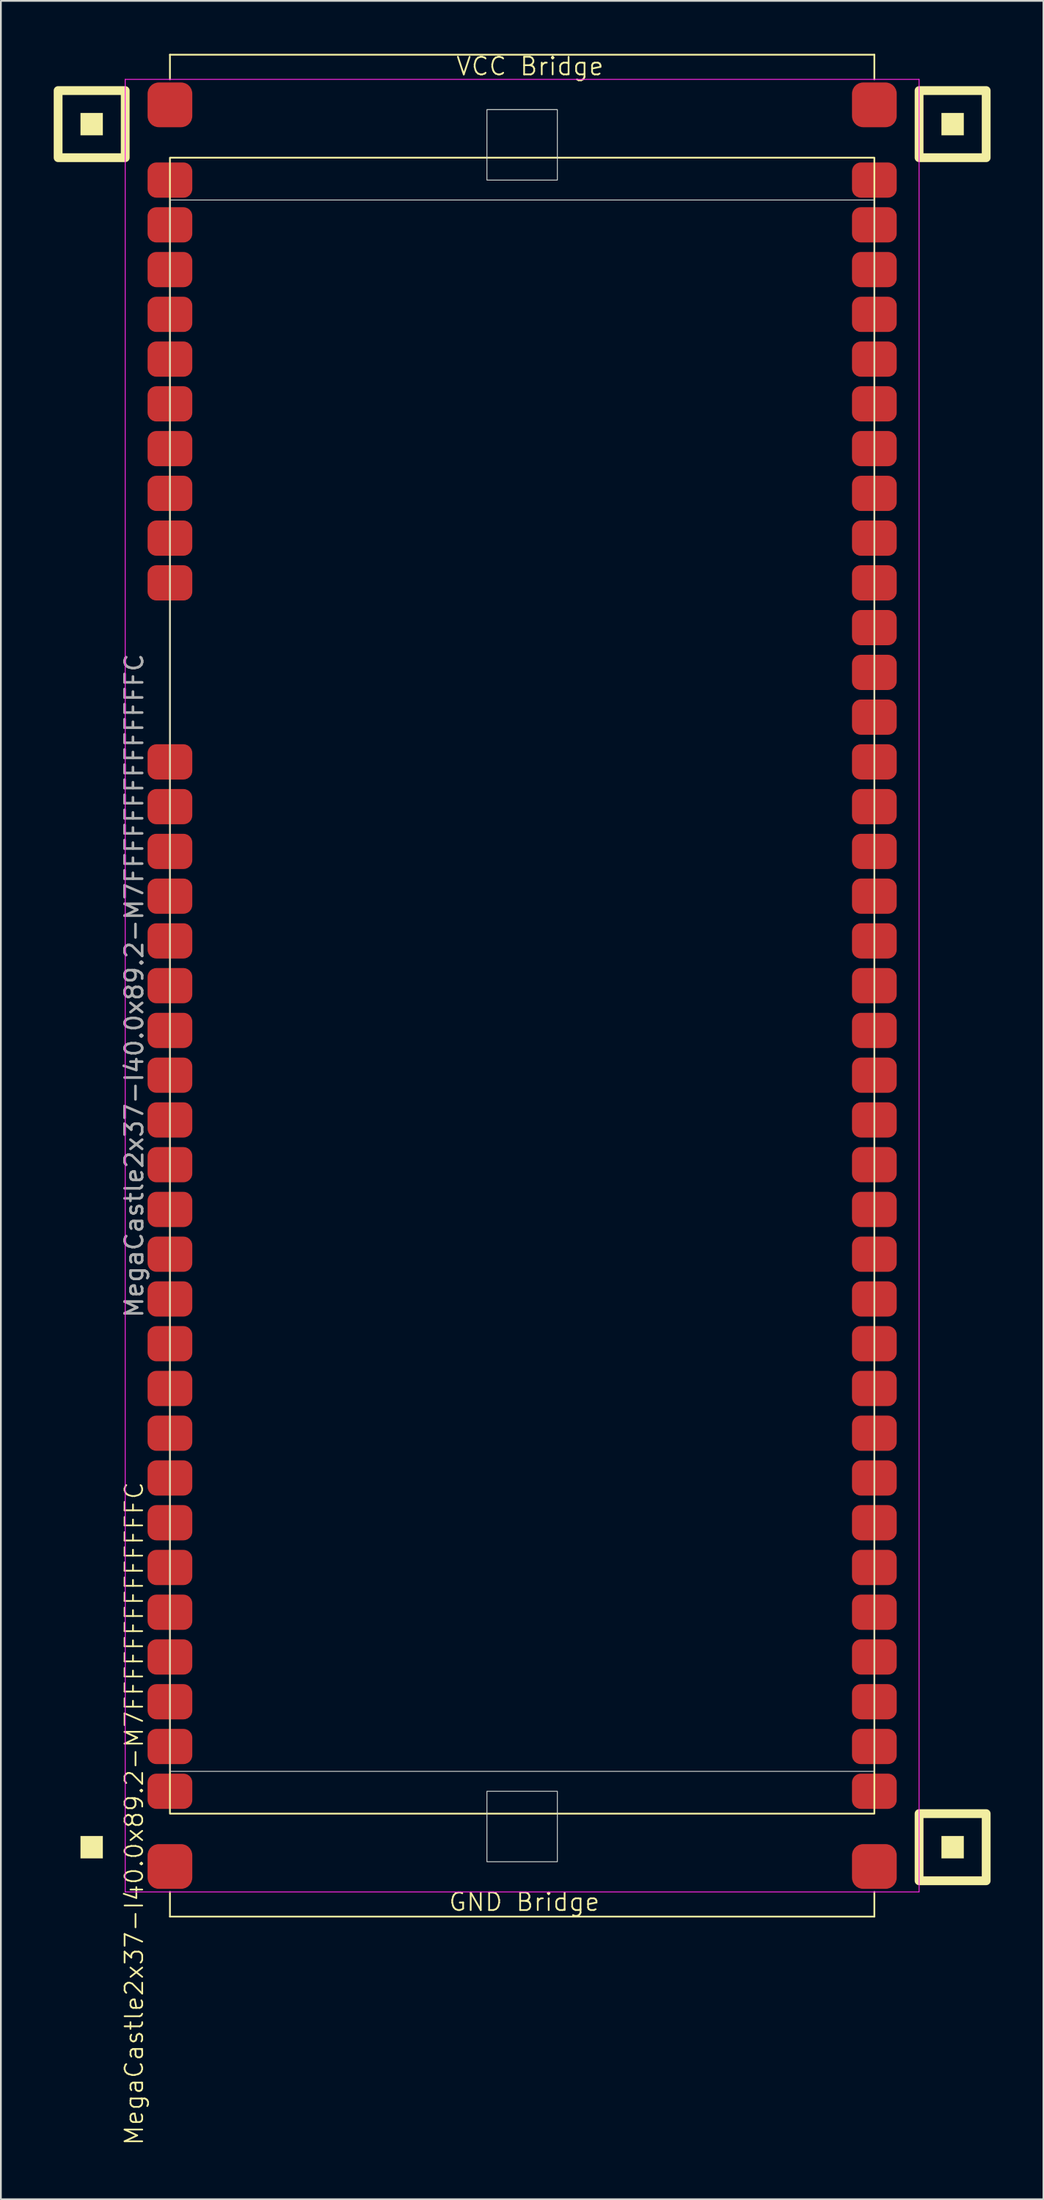
<source format=kicad_pcb>
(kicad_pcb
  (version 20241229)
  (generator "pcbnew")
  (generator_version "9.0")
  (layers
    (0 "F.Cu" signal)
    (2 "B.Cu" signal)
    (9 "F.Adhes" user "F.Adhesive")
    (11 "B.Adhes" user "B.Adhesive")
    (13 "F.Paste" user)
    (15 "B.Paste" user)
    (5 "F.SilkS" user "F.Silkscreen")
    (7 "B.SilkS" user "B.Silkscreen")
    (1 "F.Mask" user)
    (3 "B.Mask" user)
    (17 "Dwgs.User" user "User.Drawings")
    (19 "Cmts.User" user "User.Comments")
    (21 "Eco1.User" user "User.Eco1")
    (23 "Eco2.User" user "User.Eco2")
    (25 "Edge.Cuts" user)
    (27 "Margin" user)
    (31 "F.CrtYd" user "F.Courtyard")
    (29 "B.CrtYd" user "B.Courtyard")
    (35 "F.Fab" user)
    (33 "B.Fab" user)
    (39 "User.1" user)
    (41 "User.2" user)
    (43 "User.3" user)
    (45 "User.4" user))
  (footprint "MegaCastle2x37-I40.0x89.2-M7FFFFFFFFFFFFFFC"
    (layer "F.Cu")
    (at 26.6 52.89)
    (property "Reference" "MegaCastle2x37-I40.0x89.2-M7FFFFFFFFFFFFFFC" (at -22.032 46.99 90) (unlocked yes) (layer "F.SilkS") (effects (font (size 1 1) (thickness 0.1))))
    (attr smd)
    (fp_line (start -20 -52.835) (end 20 -52.835) (stroke (width 0.1) (type default)) (layer "F.SilkS"))
    (fp_line (start -20 -51.435) (end -20 -52.835) (stroke (width 0.1) (type default)) (layer "F.SilkS"))
    (fp_line (start -20 51.435) (end -20 52.835) (stroke (width 0.1) (type default)) (layer "F.SilkS"))
    (fp_line (start -20 52.835) (end 20 52.835) (stroke (width 0.1) (type default)) (layer "F.SilkS"))
    (fp_line (start 20 -51.435) (end 20 -52.835) (stroke (width 0.1) (type default)) (layer "F.SilkS"))
    (fp_line (start 20 51.435) (end 20 52.835) (stroke (width 0.1) (type default)) (layer "F.SilkS"))
    (fp_rect (start -23.81 -48.26) (end -25.08 -49.53) (stroke (width 0) (type solid)) (fill yes) (layer "F.SilkS"))
    (fp_rect (start -23.81 49.53) (end -25.08 48.26) (stroke (width 0) (type solid)) (fill yes) (layer "F.SilkS"))
    (fp_rect (start -22.54 -46.99) (end -26.35 -50.8) (stroke (width 0.5) (type default)) (fill no) (layer "F.SilkS"))
    (fp_rect (start -20 -46.99) (end 20 46.99) (stroke (width 0.1) (type default)) (fill no) (layer "F.SilkS"))
    (fp_rect (start 25.08 -48.26) (end 23.81 -49.53) (stroke (width 0) (type solid)) (fill yes) (layer "F.SilkS"))
    (fp_rect (start 25.08 49.53) (end 23.81 48.26) (stroke (width 0) (type solid)) (fill yes) (layer "F.SilkS"))
    (fp_rect (start 26.35 -46.99) (end 22.54 -50.8) (stroke (width 0.5) (type default)) (fill no) (layer "F.SilkS"))
    (fp_rect (start 26.35 50.8) (end 22.54 46.99) (stroke (width 0.5) (type default)) (fill no) (layer "F.SilkS"))
    (fp_rect (start -20 -44.59) (end 20 44.59) (stroke (width 0.05) (type default)) (fill no) (layer "Edge.Cuts"))
    (fp_rect (start -2 -45.72) (end 2 -49.72) (stroke (width 0.05) (type default)) (fill no) (layer "Edge.Cuts"))
    (fp_rect (start -2 45.72) (end 2 49.72) (stroke (width 0.05) (type default)) (fill no) (layer "Edge.Cuts"))
    (fp_line (start -22.54 -51.435) (end -22.54 51.435) (stroke (width 0.05) (type default)) (layer "F.CrtYd"))
    (fp_line (start -22.54 51.435) (end 22.54 51.435) (stroke (width 0.05) (type default)) (layer "F.CrtYd"))
    (fp_line (start 22.54 -51.435) (end -22.54 -51.435) (stroke (width 0.05) (type default)) (layer "F.CrtYd"))
    (fp_line (start 22.54 -51.435) (end 22.54 51.435) (stroke (width 0.05) (type default)) (layer "F.CrtYd"))
    (fp_text user "VCC Bridge" (at -3.81 -51.59 0) (unlocked yes) (layer "F.SilkS") (effects (font (size 1 1) (thickness 0.1)) (justify left bottom)))
    (fp_text user "GND Bridge" (at -4.226 52.59 0) (unlocked yes) (layer "F.SilkS") (effects (font (size 1 1) (thickness 0.1)) (justify left bottom)))
    (fp_text user "${REFERENCE}" (at -22.032 0 90) (unlocked yes) (layer "F.Fab") (effects (font (size 1 1) (thickness 0.15))))
    (pad "1" smd roundrect (at -20 -45.72) (size 2.54 2) (layers "F.Cu" "F.Mask" "F.Paste") (roundrect_rratio 0.25))
    (pad "2" smd roundrect (at -20 -43.18) (size 2.54 2) (layers "F.Cu" "F.Mask" "F.Paste") (roundrect_rratio 0.25))
    (pad "3" smd roundrect (at -20 -40.64) (size 2.54 2) (layers "F.Cu" "F.Mask" "F.Paste") (roundrect_rratio 0.25))
    (pad "4" smd roundrect (at -20 -38.1) (size 2.54 2) (layers "F.Cu" "F.Mask" "F.Paste") (roundrect_rratio 0.25))
    (pad "5" smd roundrect (at -20 -35.56) (size 2.54 2) (layers "F.Cu" "F.Mask" "F.Paste") (roundrect_rratio 0.25))
    (pad "6" smd roundrect (at -20 -33.02) (size 2.54 2) (layers "F.Cu" "F.Mask" "F.Paste") (roundrect_rratio 0.25))
    (pad "7" smd roundrect (at -20 -30.48) (size 2.54 2) (layers "F.Cu" "F.Mask" "F.Paste") (roundrect_rratio 0.25))
    (pad "8" smd roundrect (at -20 -27.94) (size 2.54 2) (layers "F.Cu" "F.Mask" "F.Paste") (roundrect_rratio 0.25))
    (pad "9" smd roundrect (at -20 -25.4) (size 2.54 2) (layers "F.Cu" "F.Mask" "F.Paste") (roundrect_rratio 0.25))
    (pad "10" smd roundrect (at -20 -22.86) (size 2.54 2) (layers "F.Cu" "F.Mask" "F.Paste") (roundrect_rratio 0.25))
    (pad "14" smd roundrect (at -20 -12.7) (size 2.54 2) (layers "F.Cu" "F.Mask" "F.Paste") (roundrect_rratio 0.25))
    (pad "15" smd roundrect (at -20 -10.16) (size 2.54 2) (layers "F.Cu" "F.Mask" "F.Paste") (roundrect_rratio 0.25))
    (pad "16" smd roundrect (at -20 -7.62) (size 2.54 2) (layers "F.Cu" "F.Mask" "F.Paste") (roundrect_rratio 0.25))
    (pad "17" smd roundrect (at -20 -5.08) (size 2.54 2) (layers "F.Cu" "F.Mask" "F.Paste") (roundrect_rratio 0.25))
    (pad "18" smd roundrect (at -20 -2.54) (size 2.54 2) (layers "F.Cu" "F.Mask" "F.Paste") (roundrect_rratio 0.25))
    (pad "19" smd roundrect (at -20 0) (size 2.54 2) (layers "F.Cu" "F.Mask" "F.Paste") (roundrect_rratio 0.25))
    (pad "20" smd roundrect (at -20 2.54) (size 2.54 2) (layers "F.Cu" "F.Mask" "F.Paste") (roundrect_rratio 0.25))
    (pad "21" smd roundrect (at -20 5.08) (size 2.54 2) (layers "F.Cu" "F.Mask" "F.Paste") (roundrect_rratio 0.25))
    (pad "22" smd roundrect (at -20 7.62) (size 2.54 2) (layers "F.Cu" "F.Mask" "F.Paste") (roundrect_rratio 0.25))
    (pad "23" smd roundrect (at -20 10.16) (size 2.54 2) (layers "F.Cu" "F.Mask" "F.Paste") (roundrect_rratio 0.25))
    (pad "24" smd roundrect (at -20 12.7) (size 2.54 2) (layers "F.Cu" "F.Mask" "F.Paste") (roundrect_rratio 0.25))
    (pad "25" smd roundrect (at -20 15.24) (size 2.54 2) (layers "F.Cu" "F.Mask" "F.Paste") (roundrect_rratio 0.25))
    (pad "26" smd roundrect (at -20 17.78) (size 2.54 2) (layers "F.Cu" "F.Mask" "F.Paste") (roundrect_rratio 0.25))
    (pad "27" smd roundrect (at -20 20.32) (size 2.54 2) (layers "F.Cu" "F.Mask" "F.Paste") (roundrect_rratio 0.25))
    (pad "28" smd roundrect (at -20 22.86) (size 2.54 2) (layers "F.Cu" "F.Mask" "F.Paste") (roundrect_rratio 0.25))
    (pad "29" smd roundrect (at -20 25.4) (size 2.54 2) (layers "F.Cu" "F.Mask" "F.Paste") (roundrect_rratio 0.25))
    (pad "30" smd roundrect (at -20 27.94) (size 2.54 2) (layers "F.Cu" "F.Mask" "F.Paste") (roundrect_rratio 0.25))
    (pad "31" smd roundrect (at -20 30.48) (size 2.54 2) (layers "F.Cu" "F.Mask" "F.Paste") (roundrect_rratio 0.25))
    (pad "32" smd roundrect (at -20 33.02) (size 2.54 2) (layers "F.Cu" "F.Mask" "F.Paste") (roundrect_rratio 0.25))
    (pad "33" smd roundrect (at -20 35.56) (size 2.54 2) (layers "F.Cu" "F.Mask" "F.Paste") (roundrect_rratio 0.25))
    (pad "34" smd roundrect (at -20 38.1) (size 2.54 2) (layers "F.Cu" "F.Mask" "F.Paste") (roundrect_rratio 0.25))
    (pad "35" smd roundrect (at -20 40.64) (size 2.54 2) (layers "F.Cu" "F.Mask" "F.Paste") (roundrect_rratio 0.25))
    (pad "36" smd roundrect (at -20 43.18) (size 2.54 2) (layers "F.Cu" "F.Mask" "F.Paste") (roundrect_rratio 0.25))
    (pad "37" smd roundrect (at -20 45.72) (size 2.54 2) (layers "F.Cu" "F.Mask" "F.Paste") (roundrect_rratio 0.25))
    (pad "38" smd roundrect (at 20 -45.72) (size 2.54 2) (layers "F.Cu" "F.Mask" "F.Paste") (roundrect_rratio 0.25))
    (pad "39" smd roundrect (at 20 -43.18) (size 2.54 2) (layers "F.Cu" "F.Mask" "F.Paste") (roundrect_rratio 0.25))
    (pad "40" smd roundrect (at 20 -40.64) (size 2.54 2) (layers "F.Cu" "F.Mask" "F.Paste") (roundrect_rratio 0.25))
    (pad "41" smd roundrect (at 20 -38.1) (size 2.54 2) (layers "F.Cu" "F.Mask" "F.Paste") (roundrect_rratio 0.25))
    (pad "42" smd roundrect (at 20 -35.56) (size 2.54 2) (layers "F.Cu" "F.Mask" "F.Paste") (roundrect_rratio 0.25))
    (pad "43" smd roundrect (at 20 -33.02) (size 2.54 2) (layers "F.Cu" "F.Mask" "F.Paste") (roundrect_rratio 0.25))
    (pad "44" smd roundrect (at 20 -30.48) (size 2.54 2) (layers "F.Cu" "F.Mask" "F.Paste") (roundrect_rratio 0.25))
    (pad "45" smd roundrect (at 20 -27.94) (size 2.54 2) (layers "F.Cu" "F.Mask" "F.Paste") (roundrect_rratio 0.25))
    (pad "46" smd roundrect (at 20 -25.4) (size 2.54 2) (layers "F.Cu" "F.Mask" "F.Paste") (roundrect_rratio 0.25))
    (pad "47" smd roundrect (at 20 -22.86) (size 2.54 2) (layers "F.Cu" "F.Mask" "F.Paste") (roundrect_rratio 0.25))
    (pad "48" smd roundrect (at 20 -20.32) (size 2.54 2) (layers "F.Cu" "F.Mask" "F.Paste") (roundrect_rratio 0.25))
    (pad "49" smd roundrect (at 20 -17.78) (size 2.54 2) (layers "F.Cu" "F.Mask" "F.Paste") (roundrect_rratio 0.25))
    (pad "50" smd roundrect (at 20 -15.24) (size 2.54 2) (layers "F.Cu" "F.Mask" "F.Paste") (roundrect_rratio 0.25))
    (pad "51" smd roundrect (at 20 -12.7) (size 2.54 2) (layers "F.Cu" "F.Mask" "F.Paste") (roundrect_rratio 0.25))
    (pad "52" smd roundrect (at 20 -10.16) (size 2.54 2) (layers "F.Cu" "F.Mask" "F.Paste") (roundrect_rratio 0.25))
    (pad "53" smd roundrect (at 20 -7.62) (size 2.54 2) (layers "F.Cu" "F.Mask" "F.Paste") (roundrect_rratio 0.25))
    (pad "54" smd roundrect (at 20 -5.08) (size 2.54 2) (layers "F.Cu" "F.Mask" "F.Paste") (roundrect_rratio 0.25))
    (pad "55" smd roundrect (at 20 -2.54) (size 2.54 2) (layers "F.Cu" "F.Mask" "F.Paste") (roundrect_rratio 0.25))
    (pad "56" smd roundrect (at 20 0) (size 2.54 2) (layers "F.Cu" "F.Mask" "F.Paste") (roundrect_rratio 0.25))
    (pad "57" smd roundrect (at 20 2.54) (size 2.54 2) (layers "F.Cu" "F.Mask" "F.Paste") (roundrect_rratio 0.25))
    (pad "58" smd roundrect (at 20 5.08) (size 2.54 2) (layers "F.Cu" "F.Mask" "F.Paste") (roundrect_rratio 0.25))
    (pad "59" smd roundrect (at 20 7.62) (size 2.54 2) (layers "F.Cu" "F.Mask" "F.Paste") (roundrect_rratio 0.25))
    (pad "60" smd roundrect (at 20 10.16) (size 2.54 2) (layers "F.Cu" "F.Mask" "F.Paste") (roundrect_rratio 0.25))
    (pad "61" smd roundrect (at 20 12.7) (size 2.54 2) (layers "F.Cu" "F.Mask" "F.Paste") (roundrect_rratio 0.25))
    (pad "62" smd roundrect (at 20 15.24) (size 2.54 2) (layers "F.Cu" "F.Mask" "F.Paste") (roundrect_rratio 0.25))
    (pad "63" smd roundrect (at 20 17.78) (size 2.54 2) (layers "F.Cu" "F.Mask" "F.Paste") (roundrect_rratio 0.25))
    (pad "64" smd roundrect (at 20 20.32) (size 2.54 2) (layers "F.Cu" "F.Mask" "F.Paste") (roundrect_rratio 0.25))
    (pad "65" smd roundrect (at 20 22.86) (size 2.54 2) (layers "F.Cu" "F.Mask" "F.Paste") (roundrect_rratio 0.25))
    (pad "66" smd roundrect (at 20 25.4) (size 2.54 2) (layers "F.Cu" "F.Mask" "F.Paste") (roundrect_rratio 0.25))
    (pad "67" smd roundrect (at 20 27.94) (size 2.54 2) (layers "F.Cu" "F.Mask" "F.Paste") (roundrect_rratio 0.25))
    (pad "68" smd roundrect (at 20 30.48) (size 2.54 2) (layers "F.Cu" "F.Mask" "F.Paste") (roundrect_rratio 0.25))
    (pad "69" smd roundrect (at 20 33.02) (size 2.54 2) (layers "F.Cu" "F.Mask" "F.Paste") (roundrect_rratio 0.25))
    (pad "70" smd roundrect (at 20 35.56) (size 2.54 2) (layers "F.Cu" "F.Mask" "F.Paste") (roundrect_rratio 0.25))
    (pad "71" smd roundrect (at 20 38.1) (size 2.54 2) (layers "F.Cu" "F.Mask" "F.Paste") (roundrect_rratio 0.25))
    (pad "72" smd roundrect (at 20 40.64) (size 2.54 2) (layers "F.Cu" "F.Mask" "F.Paste") (roundrect_rratio 0.25))
    (pad "73" smd roundrect (at 20 43.18) (size 2.54 2) (layers "F.Cu" "F.Mask" "F.Paste") (roundrect_rratio 0.25))
    (pad "74" smd roundrect (at 20 45.72) (size 2.54 2) (layers "F.Cu" "F.Mask" "F.Paste") (roundrect_rratio 0.25))
    (pad "A1" smd roundrect (at -20 -49.99) (size 2.54 2.54) (layers "F.Cu" "F.Mask" "F.Paste") (roundrect_rratio 0.25))
    (pad "A2" smd roundrect (at 20 -49.99) (size 2.54 2.54) (layers "F.Cu" "F.Mask" "F.Paste") (roundrect_rratio 0.25))
    (pad "B1" smd roundrect (at -20 49.99) (size 2.54 2.54) (layers "F.Cu" "F.Mask" "F.Paste") (roundrect_rratio 0.25))
    (pad "B2" smd roundrect (at 20 49.99) (size 2.54 2.54) (layers "F.Cu" "F.Mask" "F.Paste") (roundrect_rratio 0.25)))
  (gr_rect
    (start -3 -3)
    (end 56.2 121.763)
    (stroke (width 0.1) (type default))
    (fill no)
    (layer "Edge.Cuts")))
</source>
